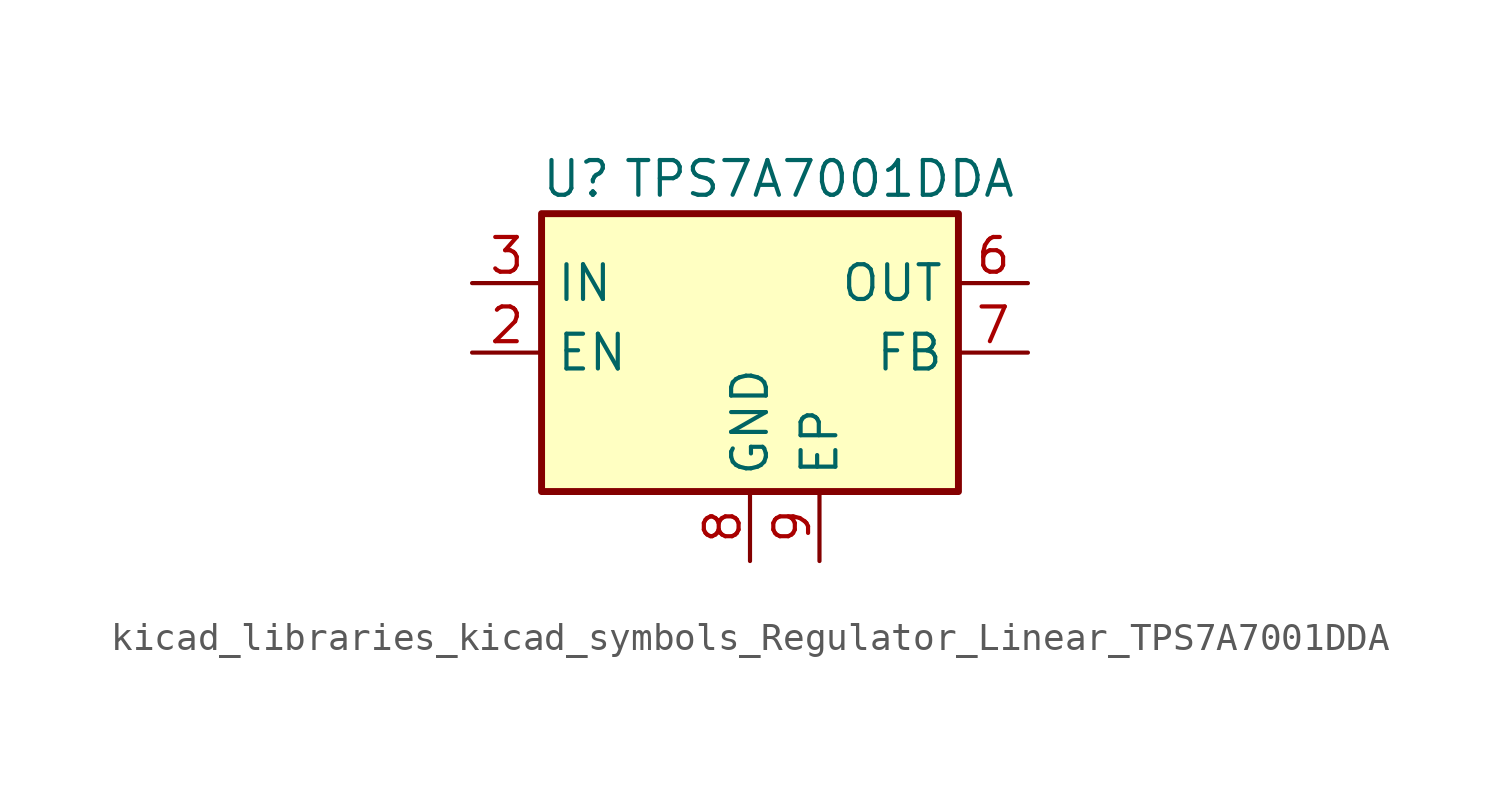
<source format=kicad_sym>
(kicad_symbol_lib
  (version 20220914)
  (generator kicad_symbol_editor)
  (symbol "kicad_libraries_kicad_symbols_Regulator_Linear_TPS7A7001DDA"
    (property "Reference" "U"
      (at -6.35 6.35 0)
      (effects (font (size 1.27 1.27))))
    (property "Value" "TPS7A7001DDA"
      (at 2.54 6.35 0)
      (effects (font (size 1.27 1.27))))
    (symbol "kicad_libraries_kicad_symbols_Regulator_Linear_TPS7A7001DDA_0_1"
      (rectangle (start -7.62 5.08) (end 7.62 -5.08) (stroke (width 0.254) (type default)) (fill (type background))))
    (symbol "kicad_libraries_kicad_symbols_Regulator_Linear_TPS7A7001DDA_1_1"
      (pin no_connect line (at -7.62 -2.54 0) (length 2.54) hide (name "NC" (effects (font (size 1.27 1.27)))) (number "1" (effects (font (size 1.27 1.27)))))
      (pin input line (at -10.16 0 0) (length 2.54) (name "EN" (effects (font (size 1.27 1.27)))) (number "2" (effects (font (size 1.27 1.27)))))
      (pin power_in line (at -10.16 2.54 0) (length 2.54) (name "IN" (effects (font (size 1.27 1.27)))) (number "3" (effects (font (size 1.27 1.27)))))
      (pin no_connect line (at 7.62 -2.54 180) (length 2.54) hide (name "NC" (effects (font (size 1.27 1.27)))) (number "4" (effects (font (size 1.27 1.27)))))
      (pin no_connect line (at -2.54 -5.08 90) (length 2.54) hide (name "NC" (effects (font (size 1.27 1.27)))) (number "5" (effects (font (size 1.27 1.27)))))
      (pin power_out line (at 10.16 2.54 180) (length 2.54) (name "OUT" (effects (font (size 1.27 1.27)))) (number "6" (effects (font (size 1.27 1.27)))))
      (pin input line (at 10.16 0 180) (length 2.54) (name "FB" (effects (font (size 1.27 1.27)))) (number "7" (effects (font (size 1.27 1.27)))))
      (pin power_in line (at 0 -7.62 90) (length 2.54) (name "GND" (effects (font (size 1.27 1.27)))) (number "8" (effects (font (size 1.27 1.27)))))
      (pin passive line (at 2.54 -7.62 90) (length 2.54) (name "EP" (effects (font (size 1.27 1.27)))) (number "9" (effects (font (size 1.27 1.27))))))))
</source>
